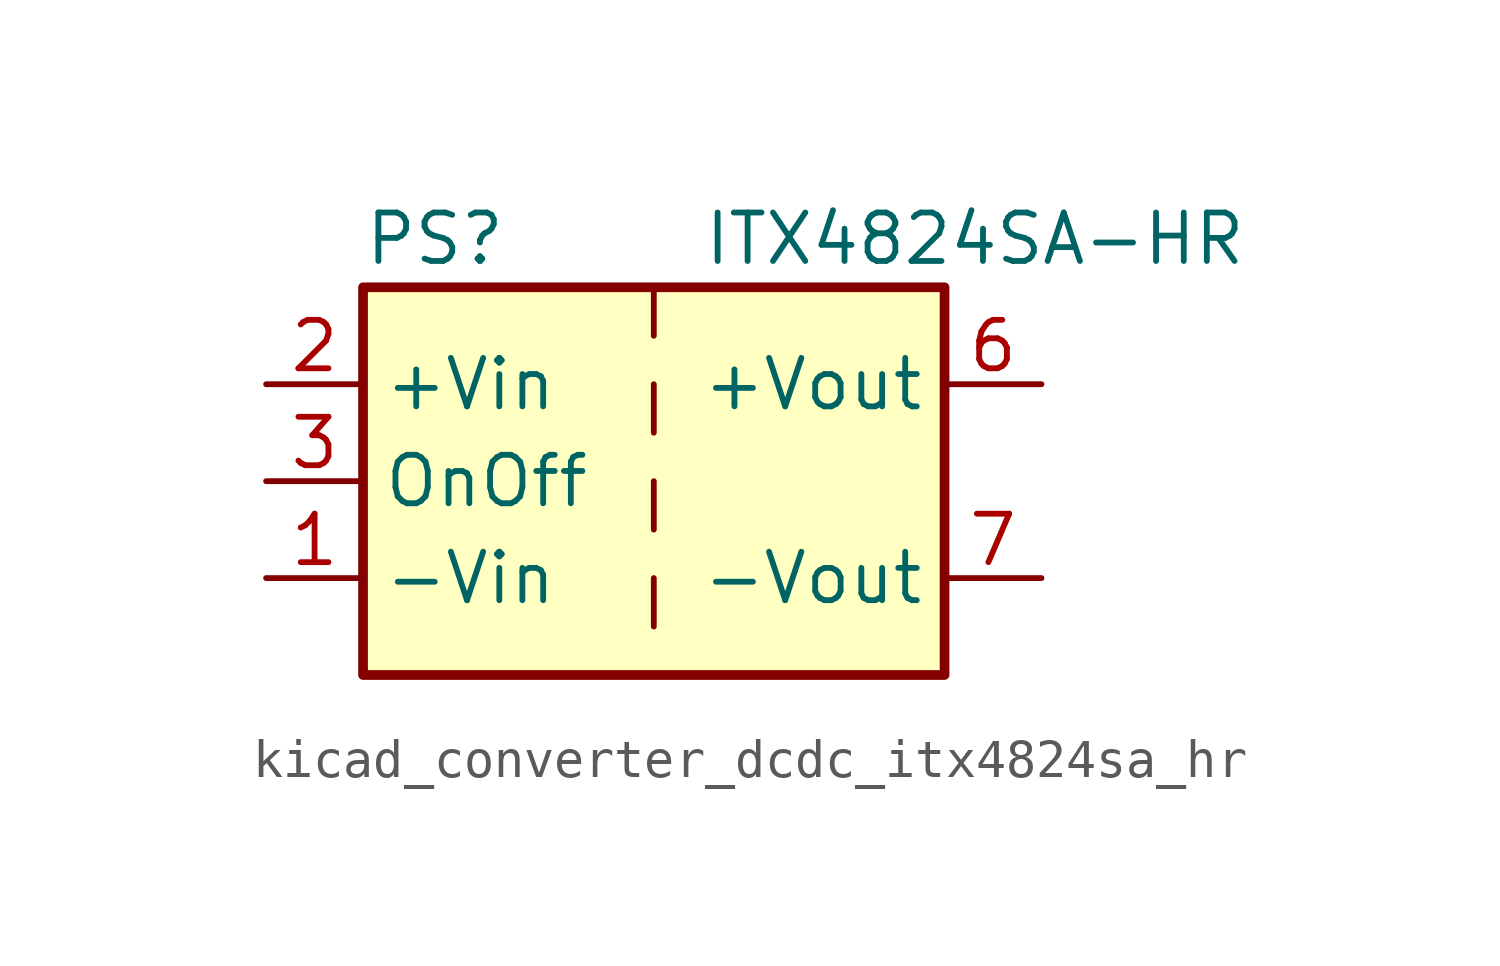
<source format=kicad_sym>
(kicad_symbol_lib
  (version 20220914)
  (generator kicad_symbol_editor)
  (symbol "kicad_converter_dcdc_itx4824sa_hr"
    (property "Reference" "PS"
      (at -7.62 6.35 0)
      (effects (font (size 1.27 1.27)) (justify left)))
    (property "Value" "ITX4824SA-HR"
      (at 1.27 6.35 0)
      (effects (font (size 1.27 1.27)) (justify left)))
    (symbol "kicad_converter_dcdc_itx4824sa_hr_0_0"
      (pin power_in line (at -10.16 -2.54 0) (length 2.54) (name "-Vin" (effects (font (size 1.27 1.27)))) (number "1" (effects (font (size 1.27 1.27)))))
      (pin power_in line (at -10.16 2.54 0) (length 2.54) (name "+Vin" (effects (font (size 1.27 1.27)))) (number "2" (effects (font (size 1.27 1.27)))))
      (pin input line (at -10.16 0 0) (length 2.54) (name "OnOff" (effects (font (size 1.27 1.27)))) (number "3" (effects (font (size 1.27 1.27)))))
      (pin no_connect line (at 0 5.08 270) (length 2.54) hide (name "NC" (effects (font (size 1.27 1.27)))) (number "5" (effects (font (size 1.27 1.27)))))
      (pin power_out line (at 10.16 2.54 180) (length 2.54) (name "+Vout" (effects (font (size 1.27 1.27)))) (number "6" (effects (font (size 1.27 1.27)))))
      (pin power_out line (at 10.16 -2.54 180) (length 2.54) (name "-Vout" (effects (font (size 1.27 1.27)))) (number "7" (effects (font (size 1.27 1.27)))))
      (pin no_connect line (at 7.62 0 180) (length 2.54) hide (name "NC" (effects (font (size 1.27 1.27)))) (number "8" (effects (font (size 1.27 1.27))))))
    (symbol "kicad_converter_dcdc_itx4824sa_hr_0_1"
      (rectangle (start -7.62 5.08) (end 7.62 -5.08) (stroke (width 0.254) (type default)) (fill (type background)))
      (polyline (pts (xy 0 -2.54) (xy 0 -3.81)) (stroke (width 0) (type default)) (fill (type none)))
      (polyline (pts (xy 0 0) (xy 0 -1.27)) (stroke (width 0) (type default)) (fill (type none)))
      (polyline (pts (xy 0 2.54) (xy 0 1.27)) (stroke (width 0) (type default)) (fill (type none)))
      (polyline (pts (xy 0 5.08) (xy 0 3.81)) (stroke (width 0) (type default)) (fill (type none))))))
</source>
